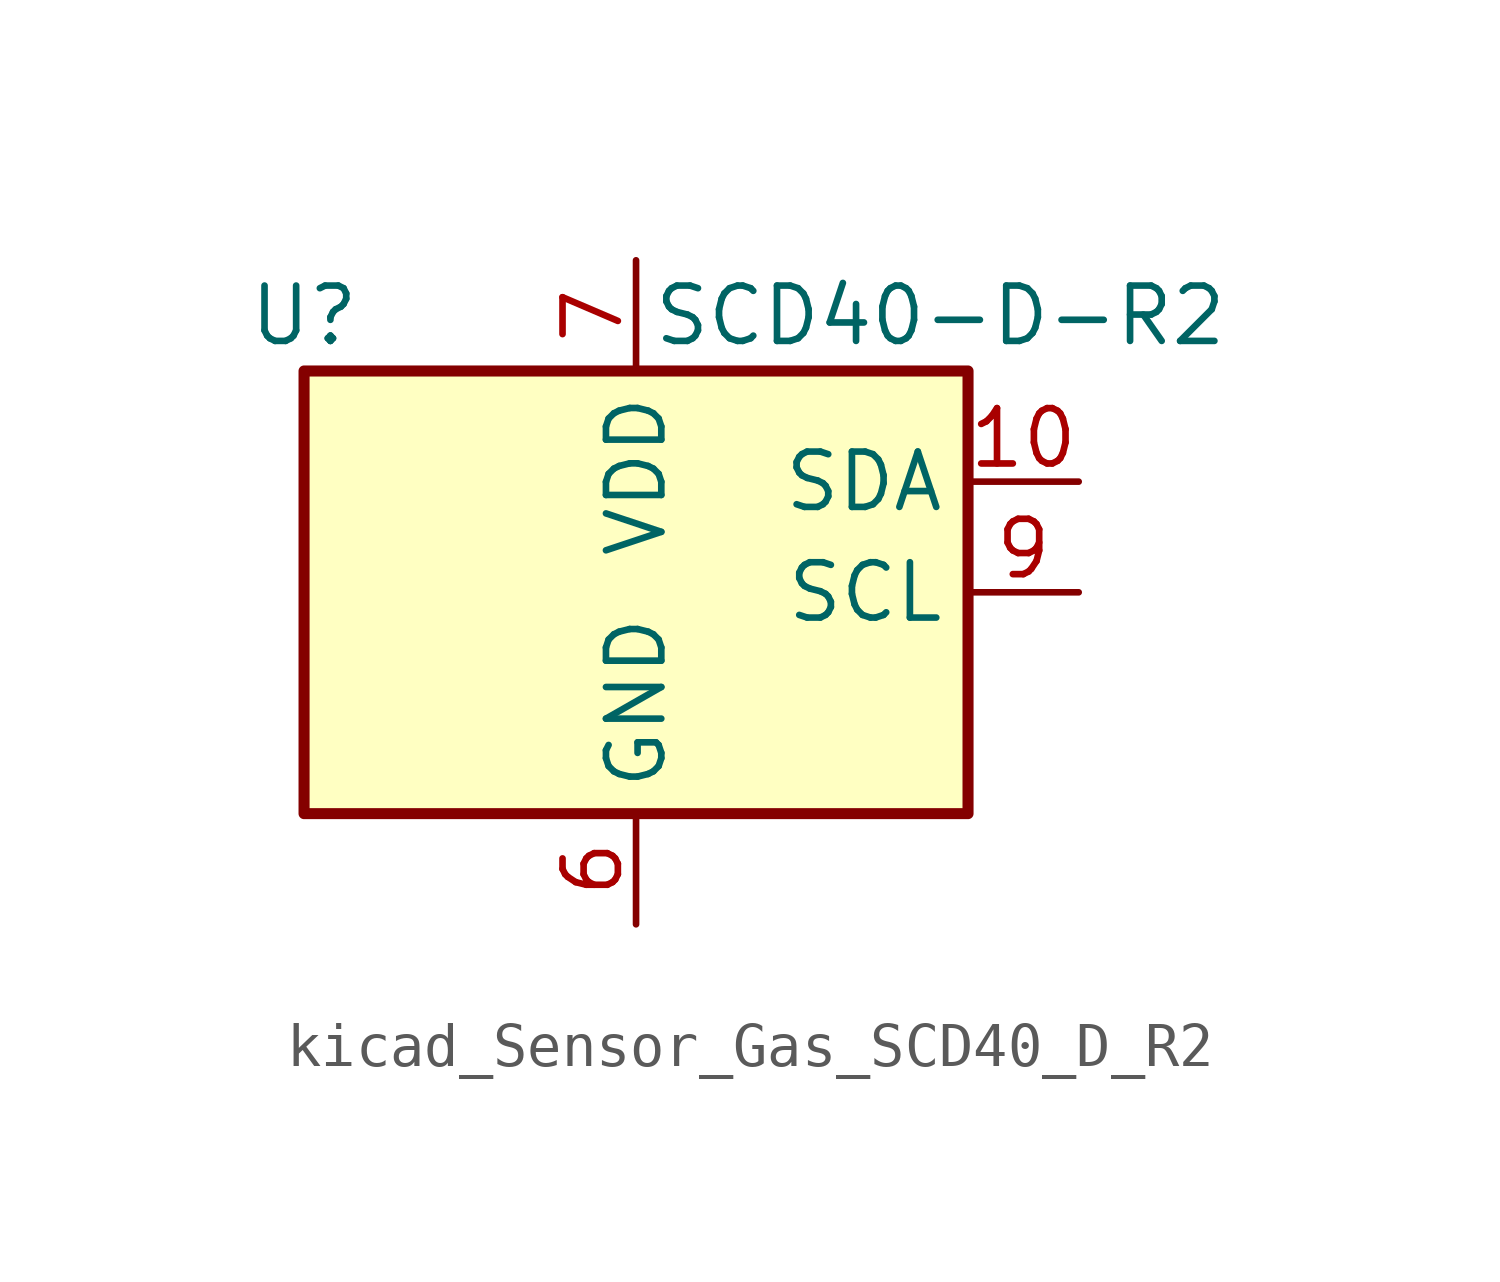
<source format=kicad_sym>
(kicad_symbol_lib
  (version 20220914)
  (generator kicad_symbol_editor)
  (symbol "kicad_Sensor_Gas_SCD40_D_R2"
    (property "Reference" "U"
      (at -7.62 6.35 0)
      (effects (font (size 1.27 1.27))))
    (property "Value" "SCD40-D-R2"
      (at 6.985 6.35 0)
      (effects (font (size 1.27 1.27))))
    (symbol "kicad_Sensor_Gas_SCD40_D_R2_0_1"
      (rectangle (start 7.62 5.08) (end -7.62 -5.08) (stroke (width 0.254) (type default)) (fill (type background))))
    (symbol "kicad_Sensor_Gas_SCD40_D_R2_1_1"
      (pin bidirectional line (at 10.16 2.54 180) (length 2.54) (name "SDA" (effects (font (size 1.27 1.27)))) (number "10" (effects (font (size 1.27 1.27)))))
      (pin passive line (at 0 7.62 270) (length 2.54) hide (name "VDD" (effects (font (size 1.27 1.27)))) (number "19" (effects (font (size 1.27 1.27)))))
      (pin passive line (at 0 -7.62 90) (length 2.54) hide (name "GND" (effects (font (size 1.27 1.27)))) (number "20" (effects (font (size 1.27 1.27)))))
      (pin passive line (at 0 -7.62 90) (length 2.54) hide (name "GND" (effects (font (size 1.27 1.27)))) (number "21" (effects (font (size 1.27 1.27)))))
      (pin power_in line (at 0 -7.62 90) (length 2.54) (name "GND" (effects (font (size 1.27 1.27)))) (number "6" (effects (font (size 1.27 1.27)))))
      (pin power_in line (at 0 7.62 270) (length 2.54) (name "VDD" (effects (font (size 1.27 1.27)))) (number "7" (effects (font (size 1.27 1.27)))))
      (pin input line (at 10.16 0 180) (length 2.54) (name "SCL" (effects (font (size 1.27 1.27)))) (number "9" (effects (font (size 1.27 1.27))))))))
</source>
